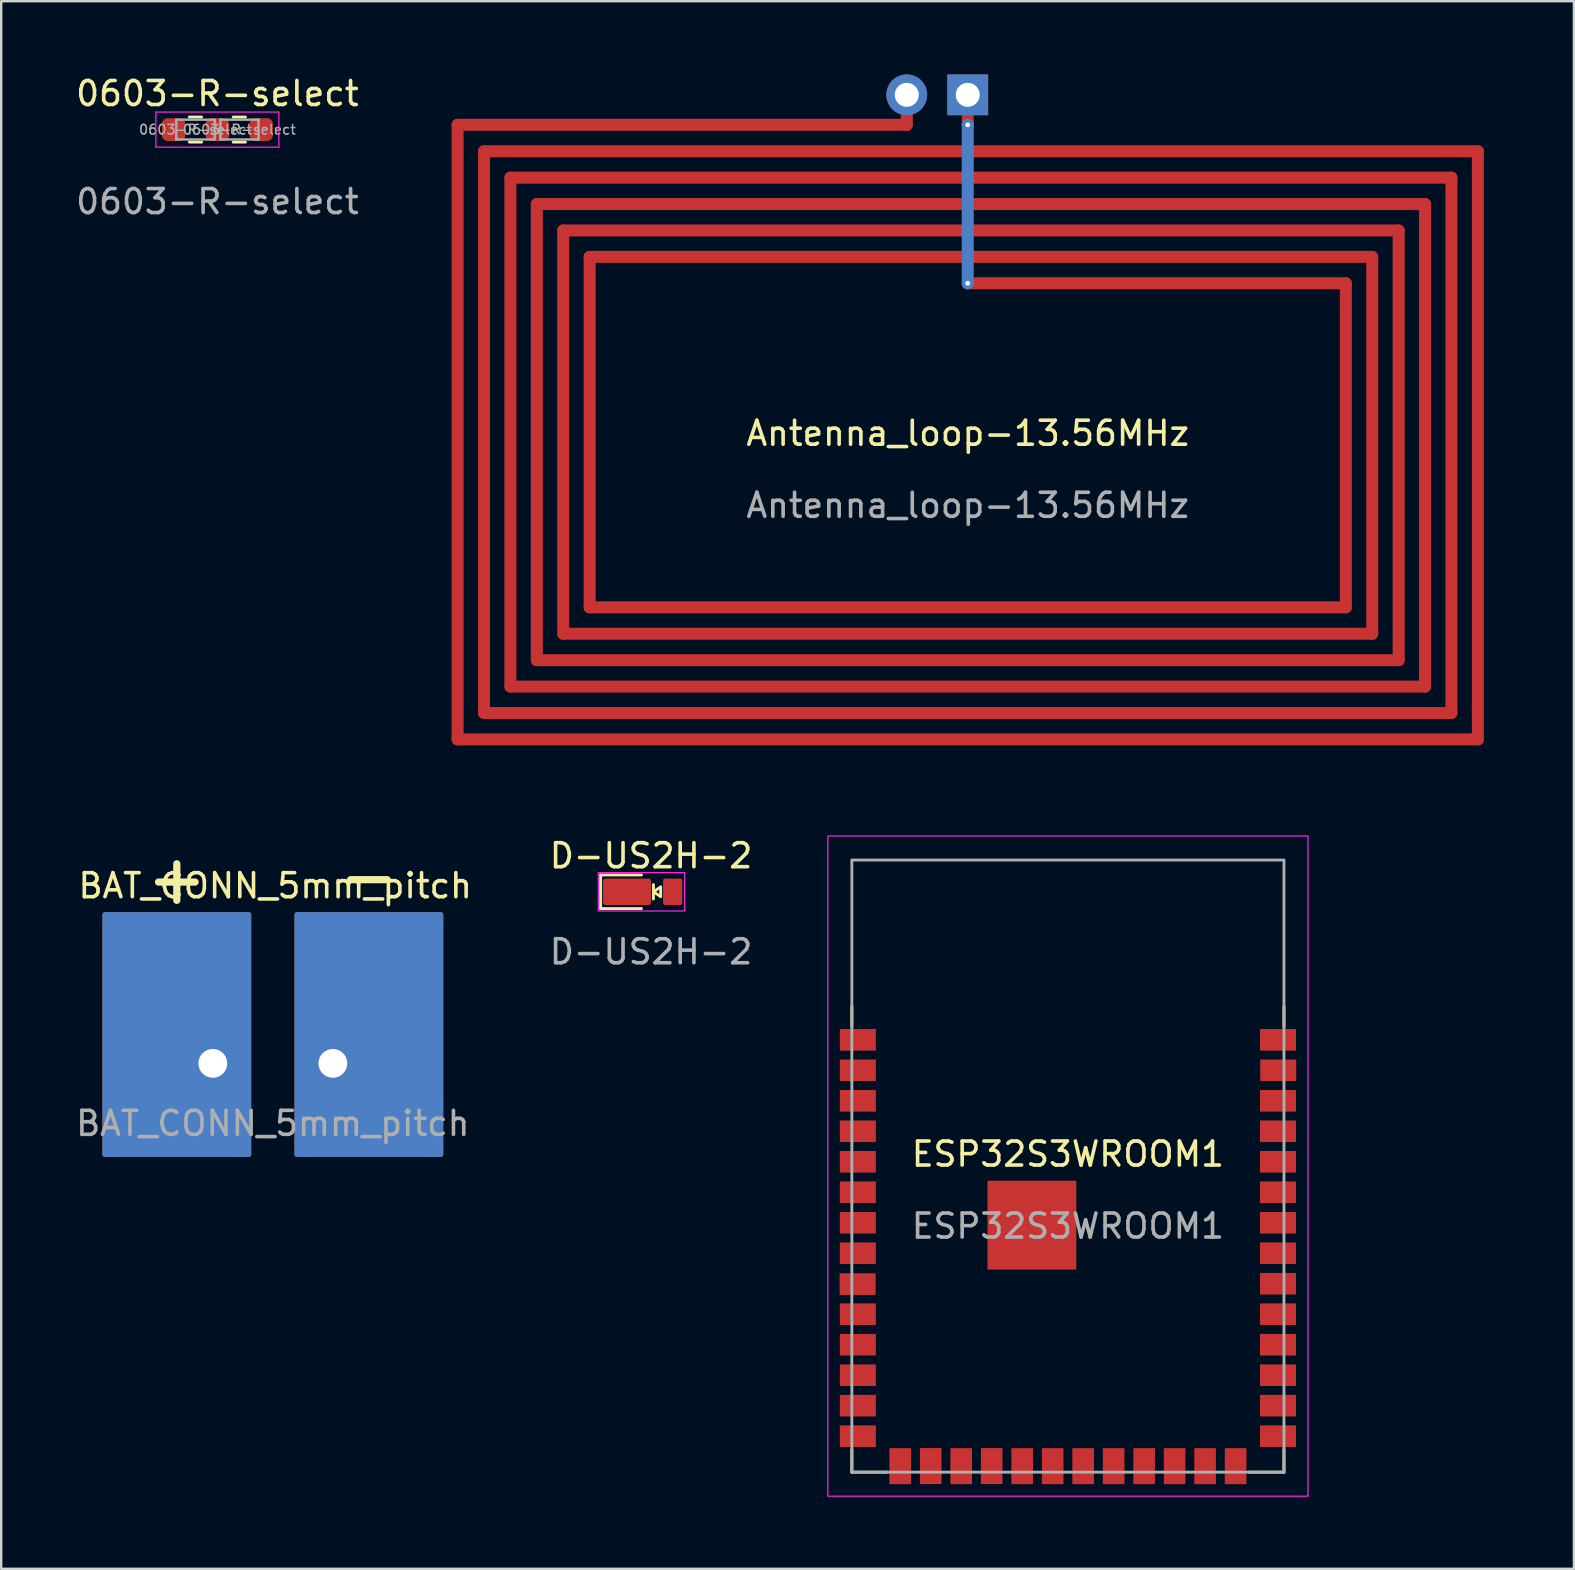
<source format=kicad_pcb>
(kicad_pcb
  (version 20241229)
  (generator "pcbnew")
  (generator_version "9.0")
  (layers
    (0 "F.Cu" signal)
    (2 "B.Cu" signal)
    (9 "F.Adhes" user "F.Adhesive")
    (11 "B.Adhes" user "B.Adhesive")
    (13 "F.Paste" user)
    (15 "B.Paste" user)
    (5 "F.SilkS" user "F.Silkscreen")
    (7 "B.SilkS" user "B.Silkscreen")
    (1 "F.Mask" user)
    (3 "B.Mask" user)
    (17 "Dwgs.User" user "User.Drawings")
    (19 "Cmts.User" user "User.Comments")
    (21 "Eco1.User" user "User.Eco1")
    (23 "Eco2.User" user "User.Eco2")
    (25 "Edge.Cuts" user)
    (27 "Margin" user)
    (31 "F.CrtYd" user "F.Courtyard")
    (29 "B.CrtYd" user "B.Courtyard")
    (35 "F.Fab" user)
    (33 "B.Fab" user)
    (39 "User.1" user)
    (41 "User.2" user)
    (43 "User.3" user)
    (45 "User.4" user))
  (footprint "0603-R-select"
    (layer "F.Cu")
    (at 6.006 2.348)
    (property "Reference" "0603-R-select" (at 0 -1.5 0) (unlocked yes) (layer "F.SilkS") (effects (font (size 1 1) (thickness 0.15))))
    (attr smd)
    (fp_line (start -1.167 -0.522) (end -0.658 -0.522) (stroke (width 0.12) (type solid)) (layer "F.SilkS"))
    (fp_line (start -1.167 0.522) (end -0.658 0.522) (stroke (width 0.12) (type solid)) (layer "F.SilkS"))
    (fp_line (start 0.658 -0.522) (end 1.167 -0.522) (stroke (width 0.12) (type solid)) (layer "F.SilkS"))
    (fp_line (start 0.658 0.522) (end 1.167 0.522) (stroke (width 0.12) (type solid)) (layer "F.SilkS"))
    (fp_line (start -2.562 -0.73) (end 2.562 -0.73) (stroke (width 0.05) (type solid)) (layer "F.CrtYd"))
    (fp_line (start -2.562 0.73) (end -2.562 -0.73) (stroke (width 0.05) (type solid)) (layer "F.CrtYd"))
    (fp_line (start 2.562 -0.73) (end 2.562 0.73) (stroke (width 0.05) (type solid)) (layer "F.CrtYd"))
    (fp_line (start 2.562 0.73) (end -2.562 0.73) (stroke (width 0.05) (type solid)) (layer "F.CrtYd"))
    (fp_line (start -1.712 -0.412) (end -0.113 -0.412) (stroke (width 0.1) (type solid)) (layer "F.Fab"))
    (fp_line (start -1.712 0.412) (end -1.712 -0.412) (stroke (width 0.1) (type solid)) (layer "F.Fab"))
    (fp_line (start -0.113 -0.412) (end -0.113 0.412) (stroke (width 0.1) (type solid)) (layer "F.Fab"))
    (fp_line (start -0.113 0.412) (end -1.712 0.412) (stroke (width 0.1) (type solid)) (layer "F.Fab"))
    (fp_line (start 0.113 -0.412) (end 1.712 -0.412) (stroke (width 0.1) (type solid)) (layer "F.Fab"))
    (fp_line (start 0.125 0.412) (end 0.125 -0.412) (stroke (width 0.1) (type solid)) (layer "F.Fab"))
    (fp_line (start 1.712 -0.412) (end 1.712 0.412) (stroke (width 0.1) (type solid)) (layer "F.Fab"))
    (fp_line (start 1.712 0.412) (end 0.12 0.412) (stroke (width 0.1) (type solid)) (layer "F.Fab"))
    (fp_text user "${REFERENCE}" (at 0.912 0 0) (layer "F.Fab") (effects (font (size 0.4 0.4) (thickness 0.06))))
    (fp_text user "${REFERENCE}" (at -0.912 0 0) (layer "F.Fab") (effects (font (size 0.4 0.4) (thickness 0.06))))
    (fp_text user "${REFERENCE}" (at 0 3 0) (unlocked yes) (layer "F.Fab") (effects (font (size 1 1) (thickness 0.15))))
    (pad "1" smd roundrect (at -1.825 0) (size 0.975 0.95) (layers "F.Cu" "F.Mask" "F.Paste") (roundrect_rratio 0.25))
    (pad "2" smd roundrect (at 0 0) (size 0.975 0.95) (layers "F.Cu" "F.Mask" "F.Paste") (roundrect_rratio 0.25))
    (pad "2" smd roundrect (at 1.825 0) (size 0.975 0.95) (layers "F.Cu" "F.Mask" "F.Paste") (roundrect_rratio 0.25)))
  (footprint "BAT_CONN_5mm_pitch"
    (layer "F.Cu")
    (at 8.315 41.246)
    (property "Reference" "BAT_CONN_5mm_pitch" (at 0.1 -7.4 0) (unlocked yes) (layer "F.SilkS") (effects (font (size 1 1) (thickness 0.15))))
    (attr through_hole)
    (fp_text user "-" (at 4 -7.8 0) (unlocked yes) (layer "F.SilkS") (effects (font (size 2 2) (thickness 0.3))))
    (fp_text user "+" (at -4 -7.7 0) (unlocked yes) (layer "F.SilkS") (effects (font (size 2 2) (thickness 0.3))))
    (fp_text user "${REFERENCE}" (at 0 2.5 0) (unlocked yes) (layer "F.Fab") (effects (font (size 1 1) (thickness 0.15))))
    (pad "1" thru_hole custom (at -2.5 0) (size 2.5 2.5) (drill 1.2) (layers "*.Cu" "*.Mask") (options (anchor circle)) (primitives (gr_poly (pts (xy 1.5 -6.2) (xy 1.5 3.8) (xy -4.5 3.8) (xy -4.5 -6.2)) (width 0.2) (fill yes))))
    (pad "2" thru_hole custom (at 2.5 0) (size 2.5 2.5) (drill 1.2) (layers "*.Cu" "*.Mask") (options (anchor circle)) (primitives (gr_poly (pts (xy -1.5 -6.2) (xy -1.5 3.8) (xy 4.5 3.8) (xy 4.5 -6.2)) (width 0.2) (fill yes)))))
  (footprint "ESP32­S3­WROOM­1"
    (layer "F.Cu")
    (at 41.435 45.525)
    (property "Reference" "ESP32­S3­WROOM­1" (at 0 -0.5 0) (unlocked yes) (layer "F.SilkS") (effects (font (size 1 1) (thickness 0.15))))
    (attr smd)
    (fp_line (start -9 -6.65) (end -9 -5.8) (stroke (width 0.12) (type solid)) (layer "F.SilkS"))
    (fp_line (start -9 12.75) (end -9 11.8) (stroke (width 0.12) (type solid)) (layer "F.SilkS"))
    (fp_line (start -7.55 12.75) (end -9 12.75) (stroke (width 0.12) (type solid)) (layer "F.SilkS"))
    (fp_line (start 7.55 12.75) (end 9 12.75) (stroke (width 0.12) (type solid)) (layer "F.SilkS"))
    (fp_line (start 9 -6.65) (end 9 -5.8) (stroke (width 0.12) (type solid)) (layer "F.SilkS"))
    (fp_line (start 9 12.75) (end 9 11.8) (stroke (width 0.12) (type solid)) (layer "F.SilkS"))
    (fp_rect (start -10 -13.75) (end 10 13.75) (stroke (width 0.05) (type solid)) (fill no) (layer "F.CrtYd"))
    (fp_rect (start -9 -12.75) (end 9 12.75) (stroke (width 0.12) (type solid)) (fill no) (layer "F.Fab"))
    (fp_text user "${REFERENCE}" (at 0 2.5 0) (unlocked yes) (layer "F.Fab") (effects (font (size 1 1) (thickness 0.15))))
    (pad "1" smd rect (at -8.75 -5.26) (size 1.5 0.9) (layers "F.Cu" "F.Mask" "F.Paste"))
    (pad "2" smd rect (at -8.75 -3.99) (size 1.5 0.9) (layers "F.Cu" "F.Mask" "F.Paste"))
    (pad "3" smd rect (at -8.75 -2.72) (size 1.5 0.9) (layers "F.Cu" "F.Mask" "F.Paste"))
    (pad "4" smd rect (at -8.75 -1.45) (size 1.5 0.9) (layers "F.Cu" "F.Mask" "F.Paste"))
    (pad "5" smd rect (at -8.75 -0.18) (size 1.5 0.9) (layers "F.Cu" "F.Mask" "F.Paste"))
    (pad "6" smd rect (at -8.75 1.09) (size 1.5 0.9) (layers "F.Cu" "F.Mask" "F.Paste"))
    (pad "7" smd rect (at -8.75 2.36) (size 1.5 0.9) (layers "F.Cu" "F.Mask" "F.Paste"))
    (pad "8" smd rect (at -8.75 3.63) (size 1.5 0.9) (layers "F.Cu" "F.Mask" "F.Paste"))
    (pad "9" smd rect (at -8.76 4.917) (size 1.5 0.9) (layers "F.Cu" "F.Mask" "F.Paste"))
    (pad "10" smd rect (at -8.75 6.17) (size 1.5 0.9) (layers "F.Cu" "F.Mask" "F.Paste"))
    (pad "11" smd rect (at -8.75 7.44) (size 1.5 0.9) (layers "F.Cu" "F.Mask" "F.Paste"))
    (pad "12" smd rect (at -8.75 8.71) (size 1.5 0.9) (layers "F.Cu" "F.Mask" "F.Paste"))
    (pad "13" smd rect (at -8.75 9.98) (size 1.5 0.9) (layers "F.Cu" "F.Mask" "F.Paste"))
    (pad "14" smd rect (at -8.75 11.25) (size 1.5 0.9) (layers "F.Cu" "F.Mask" "F.Paste"))
    (pad "15" smd rect (at -6.985 12.5) (size 0.9 1.5) (layers "F.Cu" "F.Mask" "F.Paste"))
    (pad "16" smd rect (at -5.715 12.496) (size 0.9 1.5) (layers "F.Cu" "F.Mask" "F.Paste"))
    (pad "17" smd rect (at -4.445 12.5) (size 0.9 1.5) (layers "F.Cu" "F.Mask" "F.Paste"))
    (pad "18" smd rect (at -3.175 12.496) (size 0.9 1.5) (layers "F.Cu" "F.Mask" "F.Paste"))
    (pad "19" smd rect (at -1.905 12.5) (size 0.9 1.5) (layers "F.Cu" "F.Mask" "F.Paste"))
    (pad "20" smd rect (at -0.635 12.5) (size 0.9 1.5) (layers "F.Cu" "F.Mask" "F.Paste"))
    (pad "21" smd rect (at 0.635 12.5) (size 0.9 1.5) (layers "F.Cu" "F.Mask" "F.Paste"))
    (pad "22" smd rect (at 1.905 12.5) (size 0.9 1.5) (layers "F.Cu" "F.Mask" "F.Paste"))
    (pad "23" smd rect (at 3.175 12.5) (size 0.9 1.5) (layers "F.Cu" "F.Mask" "F.Paste"))
    (pad "24" smd rect (at 4.445 12.5) (size 0.9 1.5) (layers "F.Cu" "F.Mask" "F.Paste"))
    (pad "25" smd rect (at 5.715 12.5) (size 0.9 1.5) (layers "F.Cu" "F.Mask" "F.Paste"))
    (pad "26" smd rect (at 6.985 12.5) (size 0.9 1.5) (layers "F.Cu" "F.Mask" "F.Paste"))
    (pad "27" smd rect (at 8.75 11.25) (size 1.5 0.9) (layers "F.Cu" "F.Mask" "F.Paste"))
    (pad "28" smd rect (at 8.75 9.98) (size 1.5 0.9) (layers "F.Cu" "F.Mask" "F.Paste"))
    (pad "29" smd rect (at 8.75 8.71) (size 1.5 0.9) (layers "F.Cu" "F.Mask" "F.Paste"))
    (pad "30" smd rect (at 8.75 7.44) (size 1.5 0.9) (layers "F.Cu" "F.Mask" "F.Paste"))
    (pad "31" smd rect (at 8.75 6.17) (size 1.5 0.9) (layers "F.Cu" "F.Mask" "F.Paste"))
    (pad "32" smd rect (at 8.75 4.9) (size 1.5 0.9) (layers "F.Cu" "F.Mask" "F.Paste"))
    (pad "33" smd rect (at 8.75 3.63) (size 1.5 0.9) (layers "F.Cu" "F.Mask" "F.Paste"))
    (pad "34" smd rect (at 8.75 2.36) (size 1.5 0.9) (layers "F.Cu" "F.Mask" "F.Paste"))
    (pad "35" smd rect (at 8.75 1.09) (size 1.5 0.9) (layers "F.Cu" "F.Mask" "F.Paste"))
    (pad "36" smd rect (at 8.75 -0.18) (size 1.5 0.9) (layers "F.Cu" "F.Mask" "F.Paste"))
    (pad "37" smd rect (at 8.75 -1.45) (size 1.5 0.9) (layers "F.Cu" "F.Mask" "F.Paste"))
    (pad "38" smd rect (at 8.75 -2.72) (size 1.5 0.9) (layers "F.Cu" "F.Mask" "F.Paste"))
    (pad "39" smd rect (at 8.76 -3.99) (size 1.5 0.9) (layers "F.Cu" "F.Mask" "F.Paste"))
    (pad "40" smd rect (at 8.75 -5.26) (size 1.5 0.9) (layers "F.Cu" "F.Mask" "F.Paste"))
    (pad "41" smd rect (at -1.5 2.46) (size 3.7 3.7) (layers "F.Cu" "F.Mask" "F.Paste"))
    (zone (net_name "") (layers "F.Cu" "B.Cu" "F.SilkS") (hatch edge 0.508) (connect_pads) (min_thickness 0.254) (filled_areas_thickness no) (keepout (tracks not_allowed) (vias not_allowed) (pads not_allowed) (copperpour not_allowed) (footprints not_allowed)) (placement (enabled no)) (fill) (polygon (pts (xy 32.435 32.775) (xy 50.435 32.775) (xy 50.435 38.775) (xy 32.435 38.775)))))
  (footprint "D-US2H-2"
    (layer "F.Cu")
    (at 24.07 34.098)
    (property "Reference" "D-US2H-2" (at 0 -1.5 0) (unlocked yes) (layer "F.SilkS") (effects (font (size 1 1) (thickness 0.15))))
    (attr smd)
    (fp_line (start -2.1 -0.7) (end -2.1 0.7) (stroke (width 0.12) (type solid)) (layer "F.SilkS"))
    (fp_line (start -2.1 0.7) (end -0.4 0.7) (stroke (width 0.12) (type solid)) (layer "F.SilkS"))
    (fp_line (start -0.4 -0.7) (end -2.1 -0.7) (stroke (width 0.12) (type solid)) (layer "F.SilkS"))
    (fp_line (start 0.1 -0.3) (end 0.1 0.3) (stroke (width 0.12) (type solid)) (layer "F.SilkS"))
    (fp_line (start 0.1 0) (end 0.4 0.2) (stroke (width 0.12) (type solid)) (layer "F.SilkS"))
    (fp_line (start 0.4 -0.2) (end 0.1 0) (stroke (width 0.12) (type solid)) (layer "F.SilkS"))
    (fp_line (start 0.4 0.2) (end 0.4 -0.2) (stroke (width 0.12) (type solid)) (layer "F.SilkS"))
    (fp_rect (start -2.2 -0.8) (end 1.4 0.8) (stroke (width 0.05) (type solid)) (fill no) (layer "F.CrtYd"))
    (fp_text user "${REFERENCE}" (at 0 2.5 0) (unlocked yes) (layer "F.Fab") (effects (font (size 1 1) (thickness 0.15))))
    (pad "1" smd roundrect (at -1 0) (size 2 1.1) (layers "F.Cu" "F.Mask" "F.Paste") (roundrect_rratio 0.1))
    (pad "2" smd roundrect (at 0.9 0) (size 0.8 1.1) (layers "F.Cu" "F.Mask" "F.Paste") (roundrect_rratio 0.1)))
  (footprint "Antenna_loop-13.56MHz"
    (layer "F.Cu")
    (at 37.262 15.5)
    (property "Reference" "Antenna_loop-13.56MHz" (at 0 -0.5 0) (unlocked yes) (layer "F.SilkS") (effects (font (size 1 1) (thickness 0.15))))
    (fp_line (start -21.25 -13.35) (end -21.25 12.25) (stroke (width 0.5) (type solid)) (layer "F.Cu"))
    (fp_line (start -20.15 -12.25) (end -20.15 11.15) (stroke (width 0.5) (type solid)) (layer "F.Cu"))
    (fp_line (start -19.05 -11.15) (end -19.05 10.05) (stroke (width 0.5) (type solid)) (layer "F.Cu"))
    (fp_line (start -17.95 -10.05) (end -17.95 8.95) (stroke (width 0.5) (type solid)) (layer "F.Cu"))
    (fp_line (start -16.85 -8.95) (end -16.85 7.85) (stroke (width 0.5) (type solid)) (layer "F.Cu"))
    (fp_line (start -15.75 6.75) (end -15.75 -7.85) (stroke (width 0.5) (type solid)) (layer "F.Cu"))
    (fp_line (start -2.54 -14) (end -2.54 -13.35) (stroke (width 0.5) (type solid)) (layer "F.Cu"))
    (fp_line (start -2.54 -13.35) (end -21.25 -13.35) (stroke (width 0.5) (type solid)) (layer "F.Cu"))
    (fp_line (start 0 -13.35) (end 0 -14) (stroke (width 0.5) (type solid)) (layer "F.Cu"))
    (fp_line (start 0 -6.75) (end 15.75 -6.75) (stroke (width 0.5) (type solid)) (layer "F.Cu"))
    (fp_line (start 15.75 -6.75) (end 15.75 6.75) (stroke (width 0.5) (type solid)) (layer "F.Cu"))
    (fp_line (start 15.75 6.75) (end -15.75 6.75) (stroke (width 0.5) (type solid)) (layer "F.Cu"))
    (fp_line (start 16.85 -7.85) (end -15.75 -7.85) (stroke (width 0.5) (type solid)) (layer "F.Cu"))
    (fp_line (start 16.85 -7.85) (end 16.85 7.85) (stroke (width 0.5) (type solid)) (layer "F.Cu"))
    (fp_line (start 16.85 7.85) (end -16.85 7.85) (stroke (width 0.5) (type solid)) (layer "F.Cu"))
    (fp_line (start 17.95 -8.95) (end -16.85 -8.95) (stroke (width 0.5) (type solid)) (layer "F.Cu"))
    (fp_line (start 17.95 -8.95) (end 17.95 8.95) (stroke (width 0.5) (type solid)) (layer "F.Cu"))
    (fp_line (start 17.95 8.95) (end -17.95 8.95) (stroke (width 0.5) (type solid)) (layer "F.Cu"))
    (fp_line (start 19.05 -10.05) (end -17.95 -10.05) (stroke (width 0.5) (type solid)) (layer "F.Cu"))
    (fp_line (start 19.05 -10.05) (end 19.05 10.05) (stroke (width 0.5) (type solid)) (layer "F.Cu"))
    (fp_line (start 19.05 10.05) (end -19.05 10.05) (stroke (width 0.5) (type solid)) (layer "F.Cu"))
    (fp_line (start 20.15 -11.15) (end -19.05 -11.15) (stroke (width 0.5) (type solid)) (layer "F.Cu"))
    (fp_line (start 20.15 -11.15) (end 20.15 11.15) (stroke (width 0.5) (type solid)) (layer "F.Cu"))
    (fp_line (start 20.15 11.15) (end -20.15 11.15) (stroke (width 0.5) (type solid)) (layer "F.Cu"))
    (fp_line (start 21.25 -12.25) (end -20.15 -12.25) (stroke (width 0.5) (type solid)) (layer "F.Cu"))
    (fp_line (start 21.25 -12.25) (end 21.25 12.25) (stroke (width 0.5) (type solid)) (layer "F.Cu"))
    (fp_line (start 21.25 12.25) (end -21.25 12.25) (stroke (width 0.5) (type solid)) (layer "F.Cu"))
    (fp_line (start 0 -13.35) (end 0 -6.75) (stroke (width 0.5) (type solid)) (layer "B.Cu"))
    (fp_text user "${REFERENCE}" (at 0 2.5 0) (unlocked yes) (layer "F.Fab") (effects (font (size 1 1) (thickness 0.15))))
    (pad "" thru_hole circle (at 0 -13.35) (size 0.5 0.5) (drill 0.2) (layers "*.Cu" "*.Mask"))
    (pad "" thru_hole circle (at 0 -6.75) (size 0.5 0.5) (drill 0.2) (layers "*.Cu" "*.Mask"))
    (pad "1" thru_hole rect (at 0 -14.6 270) (size 1.7 1.7) (drill 1) (layers "*.Cu" "*.Mask"))
    (pad "2" thru_hole oval (at -2.54 -14.6 270) (size 1.7 1.7) (drill 1) (layers "*.Cu" "*.Mask"))
    (zone (net_name "") (layers "F.Cu" "B.Cu" "F.SilkS") (hatch edge 0.508) (connect_pads) (min_thickness 0.254) (filled_areas_thickness no) (keepout (tracks not_allowed) (vias not_allowed) (pads not_allowed) (copperpour not_allowed) (footprints allowed)) (placement (enabled no)) (fill) (polygon (pts (xy 59.512 28.75) (xy 15.012 28.75) (xy 15.012 0) (xy 59.512 0)))))
  (gr_rect
    (start -3 -3)
    (end 62.512 62.3)
    (stroke (width 0.1) (type default))
    (fill no)
    (layer "Edge.Cuts")))
</source>
